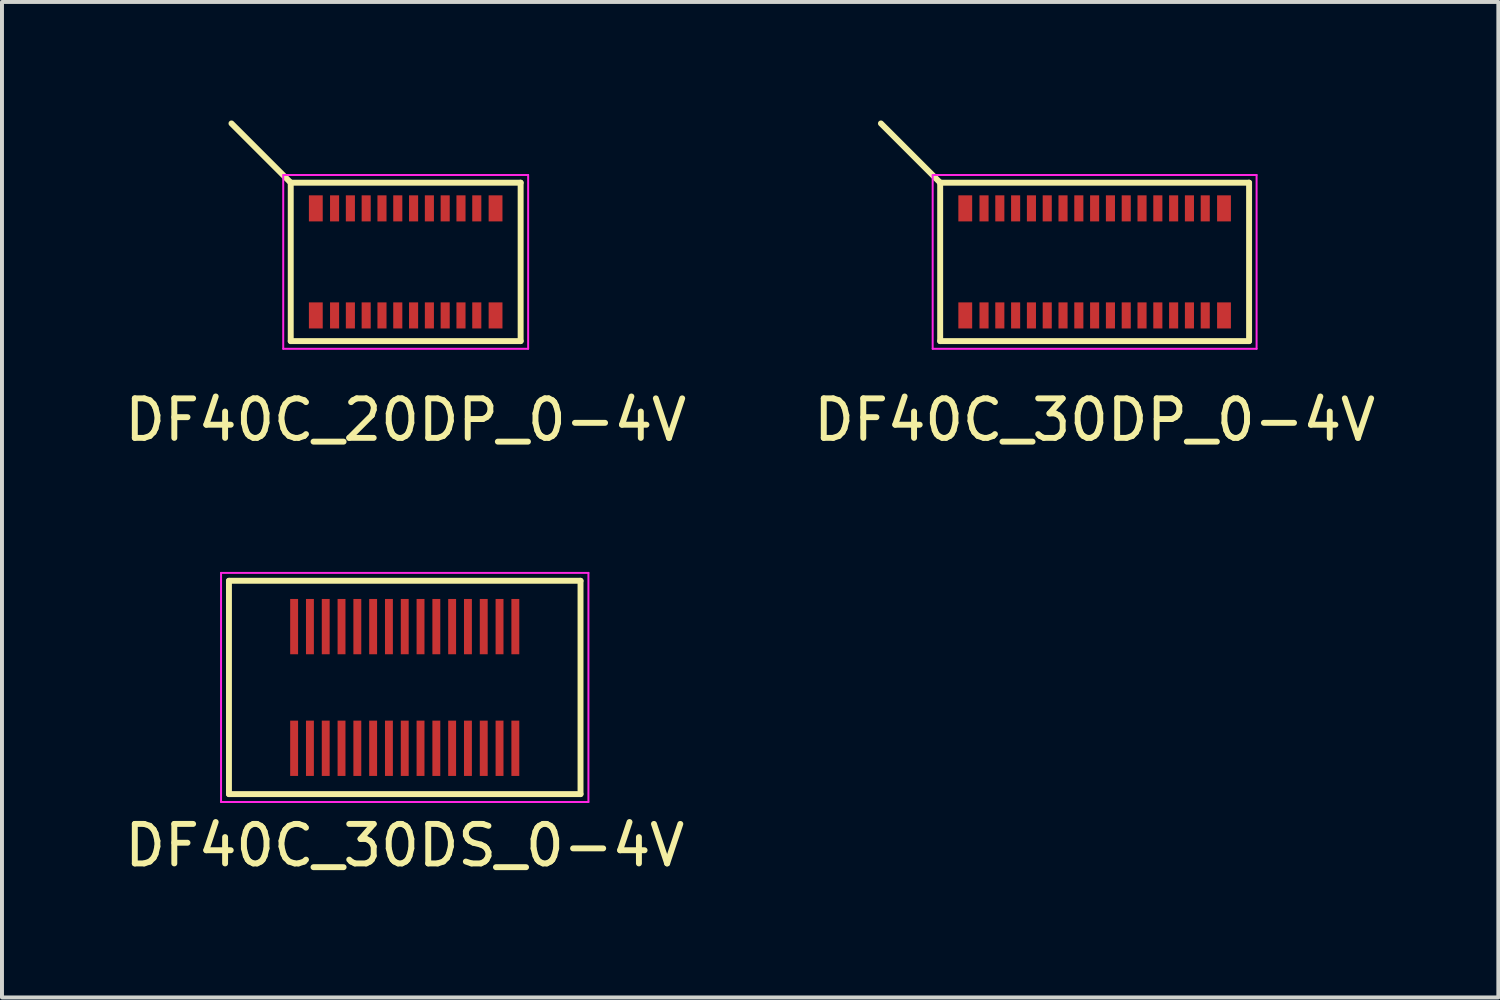
<source format=kicad_pcb>
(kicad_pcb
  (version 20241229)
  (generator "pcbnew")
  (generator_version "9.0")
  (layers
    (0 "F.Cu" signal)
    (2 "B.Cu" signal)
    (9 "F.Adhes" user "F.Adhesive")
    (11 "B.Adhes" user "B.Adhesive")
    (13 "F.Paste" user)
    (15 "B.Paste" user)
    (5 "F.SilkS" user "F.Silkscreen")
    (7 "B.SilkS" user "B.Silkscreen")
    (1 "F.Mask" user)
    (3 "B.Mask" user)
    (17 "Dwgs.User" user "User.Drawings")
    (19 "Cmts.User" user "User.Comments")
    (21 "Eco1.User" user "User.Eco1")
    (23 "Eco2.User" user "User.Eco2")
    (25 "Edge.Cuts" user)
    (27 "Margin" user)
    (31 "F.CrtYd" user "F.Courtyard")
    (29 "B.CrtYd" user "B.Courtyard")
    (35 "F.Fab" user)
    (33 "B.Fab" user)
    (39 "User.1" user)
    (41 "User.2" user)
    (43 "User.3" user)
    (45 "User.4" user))
  (footprint "DF40C_20DP_0-4V"
    (layer "F.Cu")
    (at 7.22 3.58)
    (property "Reference" "DF40C_20DP_0-4V" (at 0 4 0) (layer "F.SilkS") (effects (font (size 1 1) (thickness 0.15))))
    (attr smd)
    (fp_line (start -2.91 -2.005) (end -4.41 -3.505) (stroke (width 0.15) (type solid)) (layer "F.SilkS"))
    (fp_line (start -2.91 -2.005) (end -2.91 2.005) (stroke (width 0.15) (type solid)) (layer "F.SilkS"))
    (fp_line (start -2.91 -2.005) (end 2.91 -2.005) (stroke (width 0.15) (type solid)) (layer "F.SilkS"))
    (fp_line (start 2.91 2.005) (end -2.91 2.005) (stroke (width 0.15) (type solid)) (layer "F.SilkS"))
    (fp_line (start 2.91 2.005) (end 2.91 -2.005) (stroke (width 0.15) (type solid)) (layer "F.SilkS"))
    (fp_line (start -3.1 -2.2) (end -3.1 2.2) (stroke (width 0.05) (type solid)) (layer "F.CrtYd"))
    (fp_line (start -3.1 -2.2) (end 3.1 -2.2) (stroke (width 0.05) (type solid)) (layer "F.CrtYd"))
    (fp_line (start 3.1 2.2) (end -3.1 2.2) (stroke (width 0.05) (type solid)) (layer "F.CrtYd"))
    (fp_line (start 3.1 2.2) (end 3.1 -2.2) (stroke (width 0.05) (type solid)) (layer "F.CrtYd"))
    (pad "2" smd rect (at -1.8 -1.355) (size 0.23 0.66) (layers "F.Cu" "F.Mask" "F.Paste"))
    (pad "3" smd rect (at -1.8 1.355) (size 0.23 0.66) (layers "F.Cu" "F.Mask" "F.Paste"))
    (pad "3" smd rect (at -1.4 1.355) (size 0.23 0.66) (layers "F.Cu" "F.Mask" "F.Paste"))
    (pad "4" smd rect (at -1.4 -1.355) (size 0.23 0.66) (layers "F.Cu" "F.Mask" "F.Paste"))
    (pad "5" smd rect (at -1 1.355) (size 0.23 0.66) (layers "F.Cu" "F.Mask" "F.Paste"))
    (pad "6" smd rect (at -1 -1.355) (size 0.23 0.66) (layers "F.Cu" "F.Mask" "F.Paste"))
    (pad "7" smd rect (at -0.6 1.355) (size 0.23 0.66) (layers "F.Cu" "F.Mask" "F.Paste"))
    (pad "8" smd rect (at -0.6 -1.355) (size 0.23 0.66) (layers "F.Cu" "F.Mask" "F.Paste"))
    (pad "9" smd rect (at -0.2 1.355) (size 0.23 0.66) (layers "F.Cu" "F.Mask" "F.Paste"))
    (pad "10" smd rect (at -0.2 -1.355) (size 0.23 0.66) (layers "F.Cu" "F.Mask" "F.Paste"))
    (pad "11" smd rect (at 0.2 1.355) (size 0.23 0.66) (layers "F.Cu" "F.Mask" "F.Paste"))
    (pad "12" smd rect (at 0.2 -1.355) (size 0.23 0.66) (layers "F.Cu" "F.Mask" "F.Paste"))
    (pad "13" smd rect (at 0.6 1.355) (size 0.23 0.66) (layers "F.Cu" "F.Mask" "F.Paste"))
    (pad "14" smd rect (at 0.6 -1.355) (size 0.23 0.66) (layers "F.Cu" "F.Mask" "F.Paste"))
    (pad "15" smd rect (at 1 1.355) (size 0.23 0.66) (layers "F.Cu" "F.Mask" "F.Paste"))
    (pad "16" smd rect (at 1 -1.355) (size 0.23 0.66) (layers "F.Cu" "F.Mask" "F.Paste"))
    (pad "17" smd rect (at 1.4 1.355) (size 0.23 0.66) (layers "F.Cu" "F.Mask" "F.Paste"))
    (pad "18" smd rect (at 1.4 -1.355) (size 0.23 0.66) (layers "F.Cu" "F.Mask" "F.Paste"))
    (pad "19" smd rect (at 1.8 1.355) (size 0.23 0.66) (layers "F.Cu" "F.Mask" "F.Paste"))
    (pad "20" smd rect (at 1.8 -1.355) (size 0.23 0.66) (layers "F.Cu" "F.Mask" "F.Paste"))
    (pad "GND" smd rect (at -2.275 -1.355) (size 0.35 0.66) (layers "F.Cu" "F.Mask" "F.Paste"))
    (pad "GND" smd rect (at -2.275 1.355) (size 0.35 0.66) (layers "F.Cu" "F.Mask" "F.Paste"))
    (pad "GND" smd rect (at 2.275 -1.355) (size 0.35 0.66) (layers "F.Cu" "F.Mask" "F.Paste"))
    (pad "GND" smd rect (at 2.275 1.355) (size 0.35 0.66) (layers "F.Cu" "F.Mask" "F.Paste")))
  (footprint "DF40C_30DS_0-4V"
    (layer "F.Cu")
    (at 7.196 14.353)
    (property "Reference" "DF40C_30DS_0-4V" (at 0 4 0) (layer "F.SilkS") (effects (font (size 1 1) (thickness 0.15))))
    (attr smd)
    (fp_line (start -4.45 -2.7) (end -4.45 2.7) (stroke (width 0.15) (type solid)) (layer "F.SilkS"))
    (fp_line (start -4.45 -2.7) (end 4.45 -2.7) (stroke (width 0.15) (type solid)) (layer "F.SilkS"))
    (fp_line (start 4.45 2.7) (end -4.45 2.7) (stroke (width 0.15) (type solid)) (layer "F.SilkS"))
    (fp_line (start 4.45 2.7) (end 4.45 -2.7) (stroke (width 0.15) (type solid)) (layer "F.SilkS"))
    (fp_line (start -4.65 -2.9) (end -4.65 2.9) (stroke (width 0.05) (type solid)) (layer "F.CrtYd"))
    (fp_line (start -4.65 -2.9) (end 4.65 -2.9) (stroke (width 0.05) (type solid)) (layer "F.CrtYd"))
    (fp_line (start 4.65 2.9) (end -4.65 2.9) (stroke (width 0.05) (type solid)) (layer "F.CrtYd"))
    (fp_line (start 4.65 2.9) (end 4.65 -2.9) (stroke (width 0.05) (type solid)) (layer "F.CrtYd"))
    (pad "1" smd rect (at -2.8 1.54) (size 0.2 1.4) (layers "F.Cu" "F.Mask" "F.Paste"))
    (pad "2" smd rect (at -2.8 -1.54) (size 0.2 1.4) (layers "F.Cu" "F.Mask" "F.Paste"))
    (pad "3" smd rect (at -2.4 -1.54) (size 0.2 1.4) (layers "F.Cu" "F.Mask" "F.Paste"))
    (pad "4" smd rect (at -2.4 1.54) (size 0.2 1.4) (layers "F.Cu" "F.Mask" "F.Paste"))
    (pad "5" smd rect (at -2 -1.54) (size 0.2 1.4) (layers "F.Cu" "F.Mask" "F.Paste"))
    (pad "6" smd rect (at -2 1.54) (size 0.2 1.4) (layers "F.Cu" "F.Mask" "F.Paste"))
    (pad "7" smd rect (at -1.6 -1.54) (size 0.2 1.4) (layers "F.Cu" "F.Mask" "F.Paste"))
    (pad "8" smd rect (at -1.6 1.54) (size 0.2 1.4) (layers "F.Cu" "F.Mask" "F.Paste"))
    (pad "9" smd rect (at -1.2 -1.54) (size 0.2 1.4) (layers "F.Cu" "F.Mask" "F.Paste"))
    (pad "10" smd rect (at -1.2 1.54) (size 0.2 1.4) (layers "F.Cu" "F.Mask" "F.Paste"))
    (pad "11" smd rect (at -0.8 -1.54) (size 0.2 1.4) (layers "F.Cu" "F.Mask" "F.Paste"))
    (pad "12" smd rect (at -0.8 1.54) (size 0.2 1.4) (layers "F.Cu" "F.Mask" "F.Paste"))
    (pad "13" smd rect (at -0.4 -1.54) (size 0.2 1.4) (layers "F.Cu" "F.Mask" "F.Paste"))
    (pad "14" smd rect (at -0.4 1.54) (size 0.2 1.4) (layers "F.Cu" "F.Mask" "F.Paste"))
    (pad "15" smd rect (at 0 -1.54) (size 0.2 1.4) (layers "F.Cu" "F.Mask" "F.Paste"))
    (pad "16" smd rect (at 0 1.54) (size 0.2 1.4) (layers "F.Cu" "F.Mask" "F.Paste"))
    (pad "17" smd rect (at 0.4 -1.54) (size 0.2 1.4) (layers "F.Cu" "F.Mask" "F.Paste"))
    (pad "18" smd rect (at 0.4 1.54) (size 0.2 1.4) (layers "F.Cu" "F.Mask" "F.Paste"))
    (pad "19" smd rect (at 0.8 -1.54) (size 0.2 1.4) (layers "F.Cu" "F.Mask" "F.Paste"))
    (pad "20" smd rect (at 0.8 1.54) (size 0.2 1.4) (layers "F.Cu" "F.Mask" "F.Paste"))
    (pad "21" smd rect (at 1.2 -1.54) (size 0.2 1.4) (layers "F.Cu" "F.Mask" "F.Paste"))
    (pad "22" smd rect (at 1.2 1.54) (size 0.2 1.4) (layers "F.Cu" "F.Mask" "F.Paste"))
    (pad "23" smd rect (at 1.6 -1.54) (size 0.2 1.4) (layers "F.Cu" "F.Mask" "F.Paste"))
    (pad "24" smd rect (at 1.6 1.54) (size 0.2 1.4) (layers "F.Cu" "F.Mask" "F.Paste"))
    (pad "25" smd rect (at 2 -1.54) (size 0.2 1.4) (layers "F.Cu" "F.Mask" "F.Paste"))
    (pad "26" smd rect (at 2 1.54) (size 0.2 1.4) (layers "F.Cu" "F.Mask" "F.Paste"))
    (pad "27" smd rect (at 2.4 -1.54) (size 0.2 1.4) (layers "F.Cu" "F.Mask" "F.Paste"))
    (pad "28" smd rect (at 2.4 1.54) (size 0.2 1.4) (layers "F.Cu" "F.Mask" "F.Paste"))
    (pad "29" smd rect (at 2.8 -1.54) (size 0.2 1.4) (layers "F.Cu" "F.Mask" "F.Paste"))
    (pad "30" smd rect (at 2.8 1.54) (size 0.2 1.4) (layers "F.Cu" "F.Mask" "F.Paste")))
  (footprint "DF40C_30DP_0-4V"
    (layer "F.Cu")
    (at 24.661 3.58)
    (property "Reference" "DF40C_30DP_0-4V" (at 0 4 0) (layer "F.SilkS") (effects (font (size 1 1) (thickness 0.15))))
    (attr smd)
    (fp_line (start -3.91 -2.005) (end -5.41 -3.505) (stroke (width 0.15) (type solid)) (layer "F.SilkS"))
    (fp_line (start -3.91 -2.005) (end -3.91 2.005) (stroke (width 0.15) (type solid)) (layer "F.SilkS"))
    (fp_line (start -3.91 -2.005) (end 3.91 -2.005) (stroke (width 0.15) (type solid)) (layer "F.SilkS"))
    (fp_line (start 3.91 2.005) (end -3.91 2.005) (stroke (width 0.15) (type solid)) (layer "F.SilkS"))
    (fp_line (start 3.91 2.005) (end 3.91 -2.005) (stroke (width 0.15) (type solid)) (layer "F.SilkS"))
    (fp_line (start -4.1 -2.2) (end -4.1 2.2) (stroke (width 0.05) (type solid)) (layer "F.CrtYd"))
    (fp_line (start -4.1 -2.2) (end 4.1 -2.2) (stroke (width 0.05) (type solid)) (layer "F.CrtYd"))
    (fp_line (start 4.1 2.2) (end -4.1 2.2) (stroke (width 0.05) (type solid)) (layer "F.CrtYd"))
    (fp_line (start 4.1 2.2) (end 4.1 -2.2) (stroke (width 0.05) (type solid)) (layer "F.CrtYd"))
    (pad "1" smd rect (at -2.8 1.355) (size 0.23 0.66) (layers "F.Cu" "F.Mask" "F.Paste"))
    (pad "2" smd rect (at -2.8 -1.355) (size 0.23 0.66) (layers "F.Cu" "F.Mask" "F.Paste"))
    (pad "3" smd rect (at -2.4 1.355) (size 0.23 0.66) (layers "F.Cu" "F.Mask" "F.Paste"))
    (pad "4" smd rect (at -2.4 -1.355) (size 0.23 0.66) (layers "F.Cu" "F.Mask" "F.Paste"))
    (pad "5" smd rect (at -2 1.355) (size 0.23 0.66) (layers "F.Cu" "F.Mask" "F.Paste"))
    (pad "6" smd rect (at -2 -1.355) (size 0.23 0.66) (layers "F.Cu" "F.Mask" "F.Paste"))
    (pad "7" smd rect (at -1.6 1.355) (size 0.23 0.66) (layers "F.Cu" "F.Mask" "F.Paste"))
    (pad "8" smd rect (at -1.6 -1.355) (size 0.23 0.66) (layers "F.Cu" "F.Mask" "F.Paste"))
    (pad "9" smd rect (at -1.2 1.355) (size 0.23 0.66) (layers "F.Cu" "F.Mask" "F.Paste"))
    (pad "10" smd rect (at -1.2 -1.355) (size 0.23 0.66) (layers "F.Cu" "F.Mask" "F.Paste"))
    (pad "11" smd rect (at -0.8 1.355) (size 0.23 0.66) (layers "F.Cu" "F.Mask" "F.Paste"))
    (pad "12" smd rect (at -0.8 -1.355) (size 0.23 0.66) (layers "F.Cu" "F.Mask" "F.Paste"))
    (pad "13" smd rect (at -0.4 1.355) (size 0.23 0.66) (layers "F.Cu" "F.Mask" "F.Paste"))
    (pad "14" smd rect (at -0.4 -1.355) (size 0.23 0.66) (layers "F.Cu" "F.Mask" "F.Paste"))
    (pad "15" smd rect (at 0 1.355) (size 0.23 0.66) (layers "F.Cu" "F.Mask" "F.Paste"))
    (pad "16" smd rect (at 0 -1.355) (size 0.23 0.66) (layers "F.Cu" "F.Mask" "F.Paste"))
    (pad "17" smd rect (at 0.4 1.355) (size 0.23 0.66) (layers "F.Cu" "F.Mask" "F.Paste"))
    (pad "18" smd rect (at 0.4 -1.355) (size 0.23 0.66) (layers "F.Cu" "F.Mask" "F.Paste"))
    (pad "19" smd rect (at 0.8 1.355) (size 0.23 0.66) (layers "F.Cu" "F.Mask" "F.Paste"))
    (pad "20" smd rect (at 0.8 -1.355) (size 0.23 0.66) (layers "F.Cu" "F.Mask" "F.Paste"))
    (pad "21" smd rect (at 1.2 1.355) (size 0.23 0.66) (layers "F.Cu" "F.Mask" "F.Paste"))
    (pad "22" smd rect (at 1.2 -1.355) (size 0.23 0.66) (layers "F.Cu" "F.Mask" "F.Paste"))
    (pad "23" smd rect (at 1.6 1.355) (size 0.23 0.66) (layers "F.Cu" "F.Mask" "F.Paste"))
    (pad "24" smd rect (at 1.6 -1.355) (size 0.23 0.66) (layers "F.Cu" "F.Mask" "F.Paste"))
    (pad "25" smd rect (at 2 1.355) (size 0.23 0.66) (layers "F.Cu" "F.Mask" "F.Paste"))
    (pad "26" smd rect (at 2 -1.355) (size 0.23 0.66) (layers "F.Cu" "F.Mask" "F.Paste"))
    (pad "27" smd rect (at 2.4 1.355) (size 0.23 0.66) (layers "F.Cu" "F.Mask" "F.Paste"))
    (pad "28" smd rect (at 2.4 -1.355) (size 0.23 0.66) (layers "F.Cu" "F.Mask" "F.Paste"))
    (pad "29" smd rect (at 2.8 1.355) (size 0.23 0.66) (layers "F.Cu" "F.Mask" "F.Paste"))
    (pad "30" smd rect (at 2.8 -1.355) (size 0.23 0.66) (layers "F.Cu" "F.Mask" "F.Paste"))
    (pad "GND" smd rect (at -3.275 -1.355) (size 0.35 0.66) (layers "F.Cu" "F.Mask" "F.Paste"))
    (pad "GND" smd rect (at -3.275 1.355) (size 0.35 0.66) (layers "F.Cu" "F.Mask" "F.Paste"))
    (pad "GND" smd rect (at 3.275 -1.355) (size 0.35 0.66) (layers "F.Cu" "F.Mask" "F.Paste"))
    (pad "GND" smd rect (at 3.275 1.355) (size 0.35 0.66) (layers "F.Cu" "F.Mask" "F.Paste")))
  (gr_rect
    (start -3 -3)
    (end 34.881 22.201)
    (stroke (width 0.1) (type default))
    (fill no)
    (layer "Edge.Cuts")))
</source>
